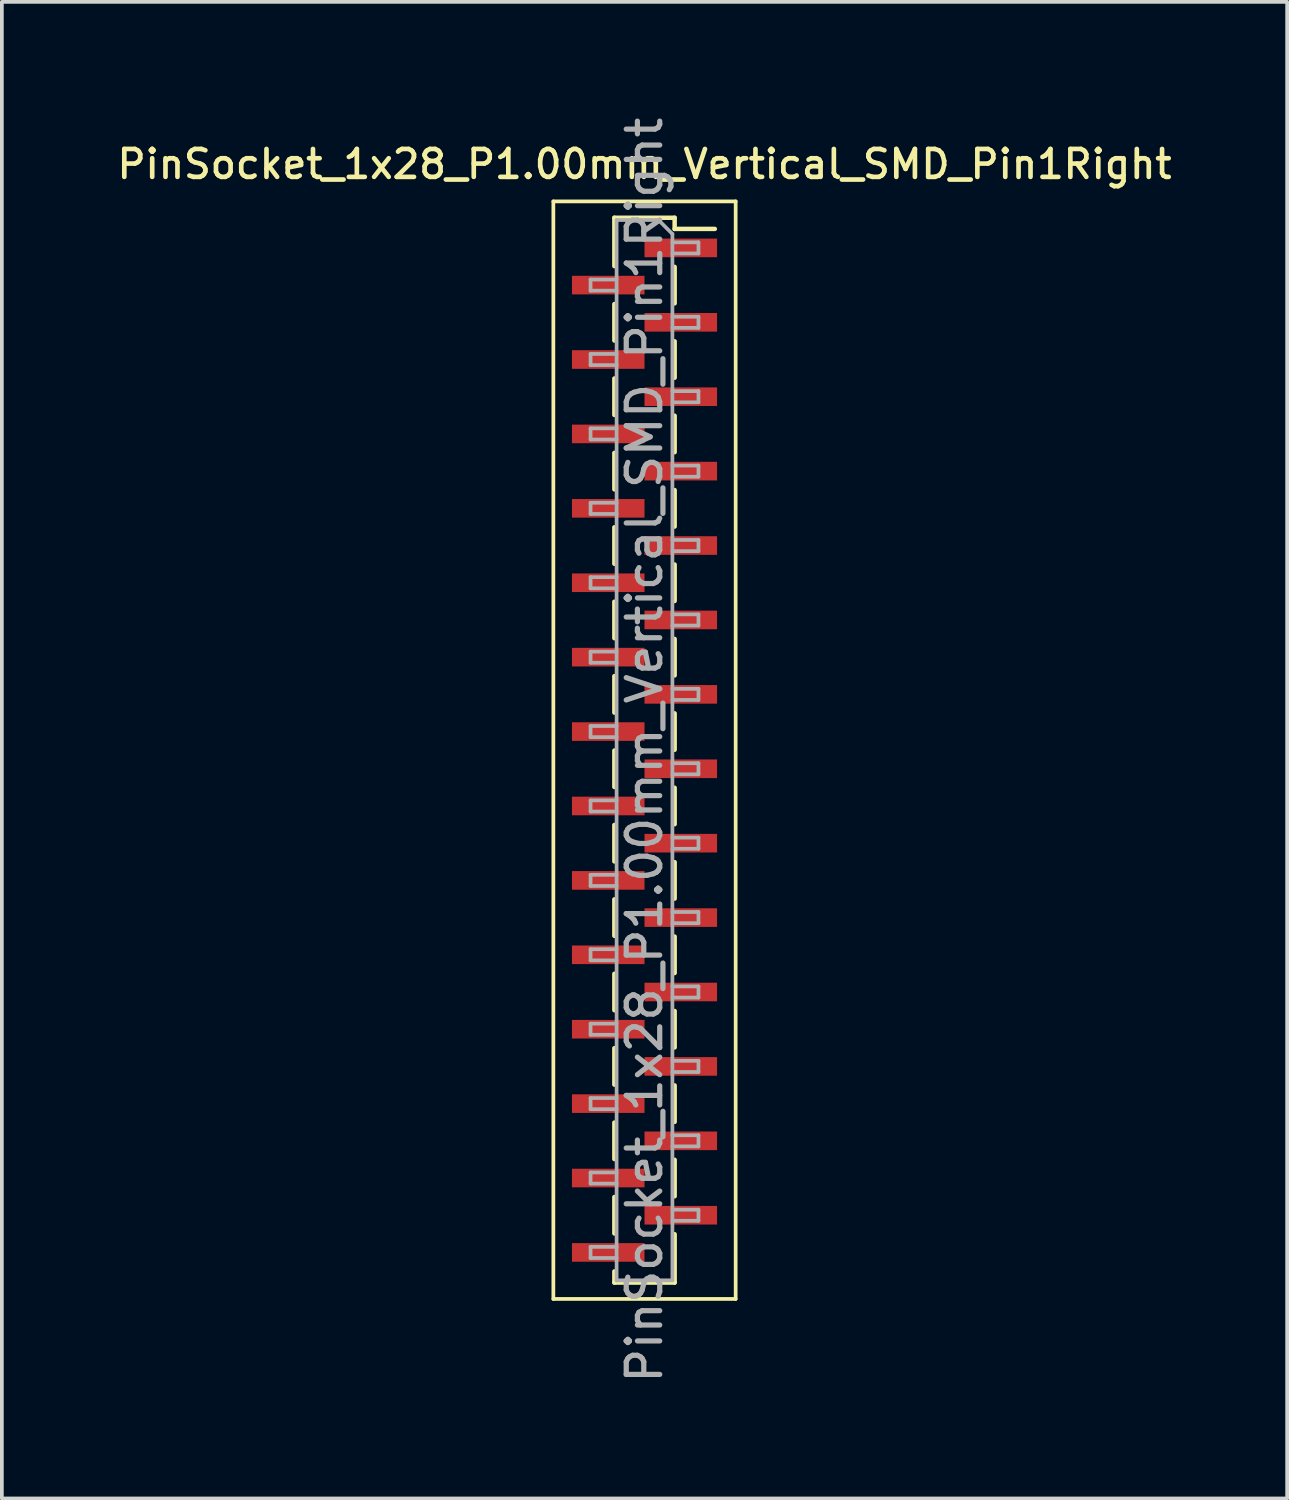
<source format=kicad_pcb>
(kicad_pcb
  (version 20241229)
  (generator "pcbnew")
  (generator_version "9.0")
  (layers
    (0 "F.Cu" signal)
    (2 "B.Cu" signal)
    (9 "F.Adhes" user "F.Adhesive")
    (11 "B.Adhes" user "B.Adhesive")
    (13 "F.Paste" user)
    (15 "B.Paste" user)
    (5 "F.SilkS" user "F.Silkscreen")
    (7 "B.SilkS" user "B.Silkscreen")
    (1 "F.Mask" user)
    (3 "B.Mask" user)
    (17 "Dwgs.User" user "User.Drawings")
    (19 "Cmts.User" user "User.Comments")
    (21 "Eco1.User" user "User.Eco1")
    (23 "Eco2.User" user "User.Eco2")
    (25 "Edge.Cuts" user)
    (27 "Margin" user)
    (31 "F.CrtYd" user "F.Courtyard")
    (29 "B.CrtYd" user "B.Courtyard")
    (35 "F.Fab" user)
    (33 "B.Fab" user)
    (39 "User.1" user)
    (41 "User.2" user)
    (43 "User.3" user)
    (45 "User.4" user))
  (footprint "PinSocket_1x28_P1.00mm_Vertical_SMD_Pin1Right"
    (layer "F.Cu")
    (at 14.273 17.113)
    (property "Reference" "PinSocket_1x28_P1.00mm_Vertical_SMD_Pin1Right" (at 0 -15.75 0) (layer "F.SilkS") (effects (font (size 0.75 0.75) (thickness 0.125))))
    (attr smd)
    (fp_line (start -2.45 -14.75) (end 2.45 -14.75) (stroke (width 0.1) (type solid)) (layer "F.SilkS"))
    (fp_line (start -2.45 14.75) (end -2.45 -14.75) (stroke (width 0.1) (type solid)) (layer "F.SilkS"))
    (fp_line (start -0.81 -14.31) (end -0.81 -13.01) (stroke (width 0.12) (type solid)) (layer "F.SilkS"))
    (fp_line (start -0.81 -14.31) (end 0.81 -14.31) (stroke (width 0.12) (type solid)) (layer "F.SilkS"))
    (fp_line (start -0.81 -11.99) (end -0.81 -11.01) (stroke (width 0.12) (type solid)) (layer "F.SilkS"))
    (fp_line (start -0.81 -9.99) (end -0.81 -9.01) (stroke (width 0.12) (type solid)) (layer "F.SilkS"))
    (fp_line (start -0.81 -7.99) (end -0.81 -7.01) (stroke (width 0.12) (type solid)) (layer "F.SilkS"))
    (fp_line (start -0.81 -5.99) (end -0.81 -5.01) (stroke (width 0.12) (type solid)) (layer "F.SilkS"))
    (fp_line (start -0.81 -3.99) (end -0.81 -3.01) (stroke (width 0.12) (type solid)) (layer "F.SilkS"))
    (fp_line (start -0.81 -1.99) (end -0.81 -1.01) (stroke (width 0.12) (type solid)) (layer "F.SilkS"))
    (fp_line (start -0.81 0.01) (end -0.81 0.99) (stroke (width 0.12) (type solid)) (layer "F.SilkS"))
    (fp_line (start -0.81 2.01) (end -0.81 2.99) (stroke (width 0.12) (type solid)) (layer "F.SilkS"))
    (fp_line (start -0.81 4.01) (end -0.81 4.99) (stroke (width 0.12) (type solid)) (layer "F.SilkS"))
    (fp_line (start -0.81 6.01) (end -0.81 6.99) (stroke (width 0.12) (type solid)) (layer "F.SilkS"))
    (fp_line (start -0.81 8.01) (end -0.81 8.99) (stroke (width 0.12) (type solid)) (layer "F.SilkS"))
    (fp_line (start -0.81 10.01) (end -0.81 10.99) (stroke (width 0.12) (type solid)) (layer "F.SilkS"))
    (fp_line (start -0.81 12.01) (end -0.81 12.99) (stroke (width 0.12) (type solid)) (layer "F.SilkS"))
    (fp_line (start -0.81 14.01) (end -0.81 14.31) (stroke (width 0.12) (type solid)) (layer "F.SilkS"))
    (fp_line (start -0.81 14.31) (end 0.81 14.31) (stroke (width 0.12) (type solid)) (layer "F.SilkS"))
    (fp_line (start 0.81 -14.31) (end 0.81 -14.01) (stroke (width 0.12) (type solid)) (layer "F.SilkS"))
    (fp_line (start 0.81 -14.01) (end 1.89 -14.01) (stroke (width 0.12) (type solid)) (layer "F.SilkS"))
    (fp_line (start 0.81 -12.99) (end 0.81 -12.01) (stroke (width 0.12) (type solid)) (layer "F.SilkS"))
    (fp_line (start 0.81 -10.99) (end 0.81 -10.01) (stroke (width 0.12) (type solid)) (layer "F.SilkS"))
    (fp_line (start 0.81 -8.99) (end 0.81 -8.01) (stroke (width 0.12) (type solid)) (layer "F.SilkS"))
    (fp_line (start 0.81 -6.99) (end 0.81 -6.01) (stroke (width 0.12) (type solid)) (layer "F.SilkS"))
    (fp_line (start 0.81 -4.99) (end 0.81 -4.01) (stroke (width 0.12) (type solid)) (layer "F.SilkS"))
    (fp_line (start 0.81 -2.99) (end 0.81 -2.01) (stroke (width 0.12) (type solid)) (layer "F.SilkS"))
    (fp_line (start 0.81 -0.99) (end 0.81 -0.01) (stroke (width 0.12) (type solid)) (layer "F.SilkS"))
    (fp_line (start 0.81 1.01) (end 0.81 1.99) (stroke (width 0.12) (type solid)) (layer "F.SilkS"))
    (fp_line (start 0.81 3.01) (end 0.81 3.99) (stroke (width 0.12) (type solid)) (layer "F.SilkS"))
    (fp_line (start 0.81 5.01) (end 0.81 5.99) (stroke (width 0.12) (type solid)) (layer "F.SilkS"))
    (fp_line (start 0.81 7.01) (end 0.81 7.99) (stroke (width 0.12) (type solid)) (layer "F.SilkS"))
    (fp_line (start 0.81 9.01) (end 0.81 9.99) (stroke (width 0.12) (type solid)) (layer "F.SilkS"))
    (fp_line (start 0.81 11.01) (end 0.81 11.99) (stroke (width 0.12) (type solid)) (layer "F.SilkS"))
    (fp_line (start 0.81 13.01) (end 0.81 14.31) (stroke (width 0.12) (type solid)) (layer "F.SilkS"))
    (fp_line (start 2.45 -14.75) (end 2.45 14.75) (stroke (width 0.1) (type solid)) (layer "F.SilkS"))
    (fp_line (start 2.45 14.75) (end -2.45 14.75) (stroke (width 0.1) (type solid)) (layer "F.SilkS"))
    (fp_line (start -1.45 -12.65) (end -0.75 -12.65) (stroke (width 0.1) (type solid)) (layer "F.Fab"))
    (fp_line (start -1.45 -12.35) (end -1.45 -12.65) (stroke (width 0.1) (type solid)) (layer "F.Fab"))
    (fp_line (start -1.45 -10.65) (end -0.75 -10.65) (stroke (width 0.1) (type solid)) (layer "F.Fab"))
    (fp_line (start -1.45 -10.35) (end -1.45 -10.65) (stroke (width 0.1) (type solid)) (layer "F.Fab"))
    (fp_line (start -1.45 -8.65) (end -0.75 -8.65) (stroke (width 0.1) (type solid)) (layer "F.Fab"))
    (fp_line (start -1.45 -8.35) (end -1.45 -8.65) (stroke (width 0.1) (type solid)) (layer "F.Fab"))
    (fp_line (start -1.45 -6.65) (end -0.75 -6.65) (stroke (width 0.1) (type solid)) (layer "F.Fab"))
    (fp_line (start -1.45 -6.35) (end -1.45 -6.65) (stroke (width 0.1) (type solid)) (layer "F.Fab"))
    (fp_line (start -1.45 -4.65) (end -0.75 -4.65) (stroke (width 0.1) (type solid)) (layer "F.Fab"))
    (fp_line (start -1.45 -4.35) (end -1.45 -4.65) (stroke (width 0.1) (type solid)) (layer "F.Fab"))
    (fp_line (start -1.45 -2.65) (end -0.75 -2.65) (stroke (width 0.1) (type solid)) (layer "F.Fab"))
    (fp_line (start -1.45 -2.35) (end -1.45 -2.65) (stroke (width 0.1) (type solid)) (layer "F.Fab"))
    (fp_line (start -1.45 -0.65) (end -0.75 -0.65) (stroke (width 0.1) (type solid)) (layer "F.Fab"))
    (fp_line (start -1.45 -0.35) (end -1.45 -0.65) (stroke (width 0.1) (type solid)) (layer "F.Fab"))
    (fp_line (start -1.45 1.35) (end -0.75 1.35) (stroke (width 0.1) (type solid)) (layer "F.Fab"))
    (fp_line (start -1.45 1.65) (end -1.45 1.35) (stroke (width 0.1) (type solid)) (layer "F.Fab"))
    (fp_line (start -1.45 3.35) (end -0.75 3.35) (stroke (width 0.1) (type solid)) (layer "F.Fab"))
    (fp_line (start -1.45 3.65) (end -1.45 3.35) (stroke (width 0.1) (type solid)) (layer "F.Fab"))
    (fp_line (start -1.45 5.35) (end -0.75 5.35) (stroke (width 0.1) (type solid)) (layer "F.Fab"))
    (fp_line (start -1.45 5.65) (end -1.45 5.35) (stroke (width 0.1) (type solid)) (layer "F.Fab"))
    (fp_line (start -1.45 7.35) (end -0.75 7.35) (stroke (width 0.1) (type solid)) (layer "F.Fab"))
    (fp_line (start -1.45 7.65) (end -1.45 7.35) (stroke (width 0.1) (type solid)) (layer "F.Fab"))
    (fp_line (start -1.45 9.35) (end -0.75 9.35) (stroke (width 0.1) (type solid)) (layer "F.Fab"))
    (fp_line (start -1.45 9.65) (end -1.45 9.35) (stroke (width 0.1) (type solid)) (layer "F.Fab"))
    (fp_line (start -1.45 11.35) (end -0.75 11.35) (stroke (width 0.1) (type solid)) (layer "F.Fab"))
    (fp_line (start -1.45 11.65) (end -1.45 11.35) (stroke (width 0.1) (type solid)) (layer "F.Fab"))
    (fp_line (start -1.45 13.35) (end -0.75 13.35) (stroke (width 0.1) (type solid)) (layer "F.Fab"))
    (fp_line (start -1.45 13.65) (end -1.45 13.35) (stroke (width 0.1) (type solid)) (layer "F.Fab"))
    (fp_line (start -0.75 -14.25) (end 0.375 -14.25) (stroke (width 0.1) (type solid)) (layer "F.Fab"))
    (fp_line (start -0.75 -12.35) (end -1.45 -12.35) (stroke (width 0.1) (type solid)) (layer "F.Fab"))
    (fp_line (start -0.75 -10.35) (end -1.45 -10.35) (stroke (width 0.1) (type solid)) (layer "F.Fab"))
    (fp_line (start -0.75 -8.35) (end -1.45 -8.35) (stroke (width 0.1) (type solid)) (layer "F.Fab"))
    (fp_line (start -0.75 -6.35) (end -1.45 -6.35) (stroke (width 0.1) (type solid)) (layer "F.Fab"))
    (fp_line (start -0.75 -4.35) (end -1.45 -4.35) (stroke (width 0.1) (type solid)) (layer "F.Fab"))
    (fp_line (start -0.75 -2.35) (end -1.45 -2.35) (stroke (width 0.1) (type solid)) (layer "F.Fab"))
    (fp_line (start -0.75 -0.35) (end -1.45 -0.35) (stroke (width 0.1) (type solid)) (layer "F.Fab"))
    (fp_line (start -0.75 1.65) (end -1.45 1.65) (stroke (width 0.1) (type solid)) (layer "F.Fab"))
    (fp_line (start -0.75 3.65) (end -1.45 3.65) (stroke (width 0.1) (type solid)) (layer "F.Fab"))
    (fp_line (start -0.75 5.65) (end -1.45 5.65) (stroke (width 0.1) (type solid)) (layer "F.Fab"))
    (fp_line (start -0.75 7.65) (end -1.45 7.65) (stroke (width 0.1) (type solid)) (layer "F.Fab"))
    (fp_line (start -0.75 9.65) (end -1.45 9.65) (stroke (width 0.1) (type solid)) (layer "F.Fab"))
    (fp_line (start -0.75 11.65) (end -1.45 11.65) (stroke (width 0.1) (type solid)) (layer "F.Fab"))
    (fp_line (start -0.75 13.65) (end -1.45 13.65) (stroke (width 0.1) (type solid)) (layer "F.Fab"))
    (fp_line (start -0.75 14.25) (end -0.75 -14.25) (stroke (width 0.1) (type solid)) (layer "F.Fab"))
    (fp_line (start 0.375 -14.25) (end 0.75 -13.875) (stroke (width 0.1) (type solid)) (layer "F.Fab"))
    (fp_line (start 0.75 -13.875) (end 0.75 14.25) (stroke (width 0.1) (type solid)) (layer "F.Fab"))
    (fp_line (start 0.75 -13.65) (end 1.45 -13.65) (stroke (width 0.1) (type solid)) (layer "F.Fab"))
    (fp_line (start 0.75 -11.65) (end 1.45 -11.65) (stroke (width 0.1) (type solid)) (layer "F.Fab"))
    (fp_line (start 0.75 -9.65) (end 1.45 -9.65) (stroke (width 0.1) (type solid)) (layer "F.Fab"))
    (fp_line (start 0.75 -7.65) (end 1.45 -7.65) (stroke (width 0.1) (type solid)) (layer "F.Fab"))
    (fp_line (start 0.75 -5.65) (end 1.45 -5.65) (stroke (width 0.1) (type solid)) (layer "F.Fab"))
    (fp_line (start 0.75 -3.65) (end 1.45 -3.65) (stroke (width 0.1) (type solid)) (layer "F.Fab"))
    (fp_line (start 0.75 -1.65) (end 1.45 -1.65) (stroke (width 0.1) (type solid)) (layer "F.Fab"))
    (fp_line (start 0.75 0.35) (end 1.45 0.35) (stroke (width 0.1) (type solid)) (layer "F.Fab"))
    (fp_line (start 0.75 2.35) (end 1.45 2.35) (stroke (width 0.1) (type solid)) (layer "F.Fab"))
    (fp_line (start 0.75 4.35) (end 1.45 4.35) (stroke (width 0.1) (type solid)) (layer "F.Fab"))
    (fp_line (start 0.75 6.35) (end 1.45 6.35) (stroke (width 0.1) (type solid)) (layer "F.Fab"))
    (fp_line (start 0.75 8.35) (end 1.45 8.35) (stroke (width 0.1) (type solid)) (layer "F.Fab"))
    (fp_line (start 0.75 10.35) (end 1.45 10.35) (stroke (width 0.1) (type solid)) (layer "F.Fab"))
    (fp_line (start 0.75 12.35) (end 1.45 12.35) (stroke (width 0.1) (type solid)) (layer "F.Fab"))
    (fp_line (start 0.75 14.25) (end -0.75 14.25) (stroke (width 0.1) (type solid)) (layer "F.Fab"))
    (fp_line (start 1.45 -13.65) (end 1.45 -13.35) (stroke (width 0.1) (type solid)) (layer "F.Fab"))
    (fp_line (start 1.45 -13.35) (end 0.75 -13.35) (stroke (width 0.1) (type solid)) (layer "F.Fab"))
    (fp_line (start 1.45 -11.65) (end 1.45 -11.35) (stroke (width 0.1) (type solid)) (layer "F.Fab"))
    (fp_line (start 1.45 -11.35) (end 0.75 -11.35) (stroke (width 0.1) (type solid)) (layer "F.Fab"))
    (fp_line (start 1.45 -9.65) (end 1.45 -9.35) (stroke (width 0.1) (type solid)) (layer "F.Fab"))
    (fp_line (start 1.45 -9.35) (end 0.75 -9.35) (stroke (width 0.1) (type solid)) (layer "F.Fab"))
    (fp_line (start 1.45 -7.65) (end 1.45 -7.35) (stroke (width 0.1) (type solid)) (layer "F.Fab"))
    (fp_line (start 1.45 -7.35) (end 0.75 -7.35) (stroke (width 0.1) (type solid)) (layer "F.Fab"))
    (fp_line (start 1.45 -5.65) (end 1.45 -5.35) (stroke (width 0.1) (type solid)) (layer "F.Fab"))
    (fp_line (start 1.45 -5.35) (end 0.75 -5.35) (stroke (width 0.1) (type solid)) (layer "F.Fab"))
    (fp_line (start 1.45 -3.65) (end 1.45 -3.35) (stroke (width 0.1) (type solid)) (layer "F.Fab"))
    (fp_line (start 1.45 -3.35) (end 0.75 -3.35) (stroke (width 0.1) (type solid)) (layer "F.Fab"))
    (fp_line (start 1.45 -1.65) (end 1.45 -1.35) (stroke (width 0.1) (type solid)) (layer "F.Fab"))
    (fp_line (start 1.45 -1.35) (end 0.75 -1.35) (stroke (width 0.1) (type solid)) (layer "F.Fab"))
    (fp_line (start 1.45 0.35) (end 1.45 0.65) (stroke (width 0.1) (type solid)) (layer "F.Fab"))
    (fp_line (start 1.45 0.65) (end 0.75 0.65) (stroke (width 0.1) (type solid)) (layer "F.Fab"))
    (fp_line (start 1.45 2.35) (end 1.45 2.65) (stroke (width 0.1) (type solid)) (layer "F.Fab"))
    (fp_line (start 1.45 2.65) (end 0.75 2.65) (stroke (width 0.1) (type solid)) (layer "F.Fab"))
    (fp_line (start 1.45 4.35) (end 1.45 4.65) (stroke (width 0.1) (type solid)) (layer "F.Fab"))
    (fp_line (start 1.45 4.65) (end 0.75 4.65) (stroke (width 0.1) (type solid)) (layer "F.Fab"))
    (fp_line (start 1.45 6.35) (end 1.45 6.65) (stroke (width 0.1) (type solid)) (layer "F.Fab"))
    (fp_line (start 1.45 6.65) (end 0.75 6.65) (stroke (width 0.1) (type solid)) (layer "F.Fab"))
    (fp_line (start 1.45 8.35) (end 1.45 8.65) (stroke (width 0.1) (type solid)) (layer "F.Fab"))
    (fp_line (start 1.45 8.65) (end 0.75 8.65) (stroke (width 0.1) (type solid)) (layer "F.Fab"))
    (fp_line (start 1.45 10.35) (end 1.45 10.65) (stroke (width 0.1) (type solid)) (layer "F.Fab"))
    (fp_line (start 1.45 10.65) (end 0.75 10.65) (stroke (width 0.1) (type solid)) (layer "F.Fab"))
    (fp_line (start 1.45 12.35) (end 1.45 12.65) (stroke (width 0.1) (type solid)) (layer "F.Fab"))
    (fp_line (start 1.45 12.65) (end 0.75 12.65) (stroke (width 0.1) (type solid)) (layer "F.Fab"))
    (fp_text user "${REFERENCE}" (at 0 0 90) (layer "F.Fab") (effects (font (size 0.9 0.9) (thickness 0.14))))
    (pad "1" smd rect (at 0.975 -13.5) (size 1.95 0.5) (layers "F.Cu" "F.Mask" "F.Paste"))
    (pad "2" smd rect (at -0.975 -12.5) (size 1.95 0.5) (layers "F.Cu" "F.Mask" "F.Paste"))
    (pad "3" smd rect (at 0.975 -11.5) (size 1.95 0.5) (layers "F.Cu" "F.Mask" "F.Paste"))
    (pad "4" smd rect (at -0.975 -10.5) (size 1.95 0.5) (layers "F.Cu" "F.Mask" "F.Paste"))
    (pad "5" smd rect (at 0.975 -9.5) (size 1.95 0.5) (layers "F.Cu" "F.Mask" "F.Paste"))
    (pad "6" smd rect (at -0.975 -8.5) (size 1.95 0.5) (layers "F.Cu" "F.Mask" "F.Paste"))
    (pad "7" smd rect (at 0.975 -7.5) (size 1.95 0.5) (layers "F.Cu" "F.Mask" "F.Paste"))
    (pad "8" smd rect (at -0.975 -6.5) (size 1.95 0.5) (layers "F.Cu" "F.Mask" "F.Paste"))
    (pad "9" smd rect (at 0.975 -5.5) (size 1.95 0.5) (layers "F.Cu" "F.Mask" "F.Paste"))
    (pad "10" smd rect (at -0.975 -4.5) (size 1.95 0.5) (layers "F.Cu" "F.Mask" "F.Paste"))
    (pad "11" smd rect (at 0.975 -3.5) (size 1.95 0.5) (layers "F.Cu" "F.Mask" "F.Paste"))
    (pad "12" smd rect (at -0.975 -2.5) (size 1.95 0.5) (layers "F.Cu" "F.Mask" "F.Paste"))
    (pad "13" smd rect (at 0.975 -1.5) (size 1.95 0.5) (layers "F.Cu" "F.Mask" "F.Paste"))
    (pad "14" smd rect (at -0.975 -0.5) (size 1.95 0.5) (layers "F.Cu" "F.Mask" "F.Paste"))
    (pad "15" smd rect (at 0.975 0.5) (size 1.95 0.5) (layers "F.Cu" "F.Mask" "F.Paste"))
    (pad "16" smd rect (at -0.975 1.5) (size 1.95 0.5) (layers "F.Cu" "F.Mask" "F.Paste"))
    (pad "17" smd rect (at 0.975 2.5) (size 1.95 0.5) (layers "F.Cu" "F.Mask" "F.Paste"))
    (pad "18" smd rect (at -0.975 3.5) (size 1.95 0.5) (layers "F.Cu" "F.Mask" "F.Paste"))
    (pad "19" smd rect (at 0.975 4.5) (size 1.95 0.5) (layers "F.Cu" "F.Mask" "F.Paste"))
    (pad "20" smd rect (at -0.975 5.5) (size 1.95 0.5) (layers "F.Cu" "F.Mask" "F.Paste"))
    (pad "21" smd rect (at 0.975 6.5) (size 1.95 0.5) (layers "F.Cu" "F.Mask" "F.Paste"))
    (pad "22" smd rect (at -0.975 7.5) (size 1.95 0.5) (layers "F.Cu" "F.Mask" "F.Paste"))
    (pad "23" smd rect (at 0.975 8.5) (size 1.95 0.5) (layers "F.Cu" "F.Mask" "F.Paste"))
    (pad "24" smd rect (at -0.975 9.5) (size 1.95 0.5) (layers "F.Cu" "F.Mask" "F.Paste"))
    (pad "25" smd rect (at 0.975 10.5) (size 1.95 0.5) (layers "F.Cu" "F.Mask" "F.Paste"))
    (pad "26" smd rect (at -0.975 11.5) (size 1.95 0.5) (layers "F.Cu" "F.Mask" "F.Paste"))
    (pad "27" smd rect (at 0.975 12.5) (size 1.95 0.5) (layers "F.Cu" "F.Mask" "F.Paste"))
    (pad "28" smd rect (at -0.975 13.5) (size 1.95 0.5) (layers "F.Cu" "F.Mask" "F.Paste")))
  (gr_rect
    (start -3 -3)
    (end 31.546 37.226)
    (stroke (width 0.1) (type default))
    (fill no)
    (layer "Edge.Cuts")))
</source>
